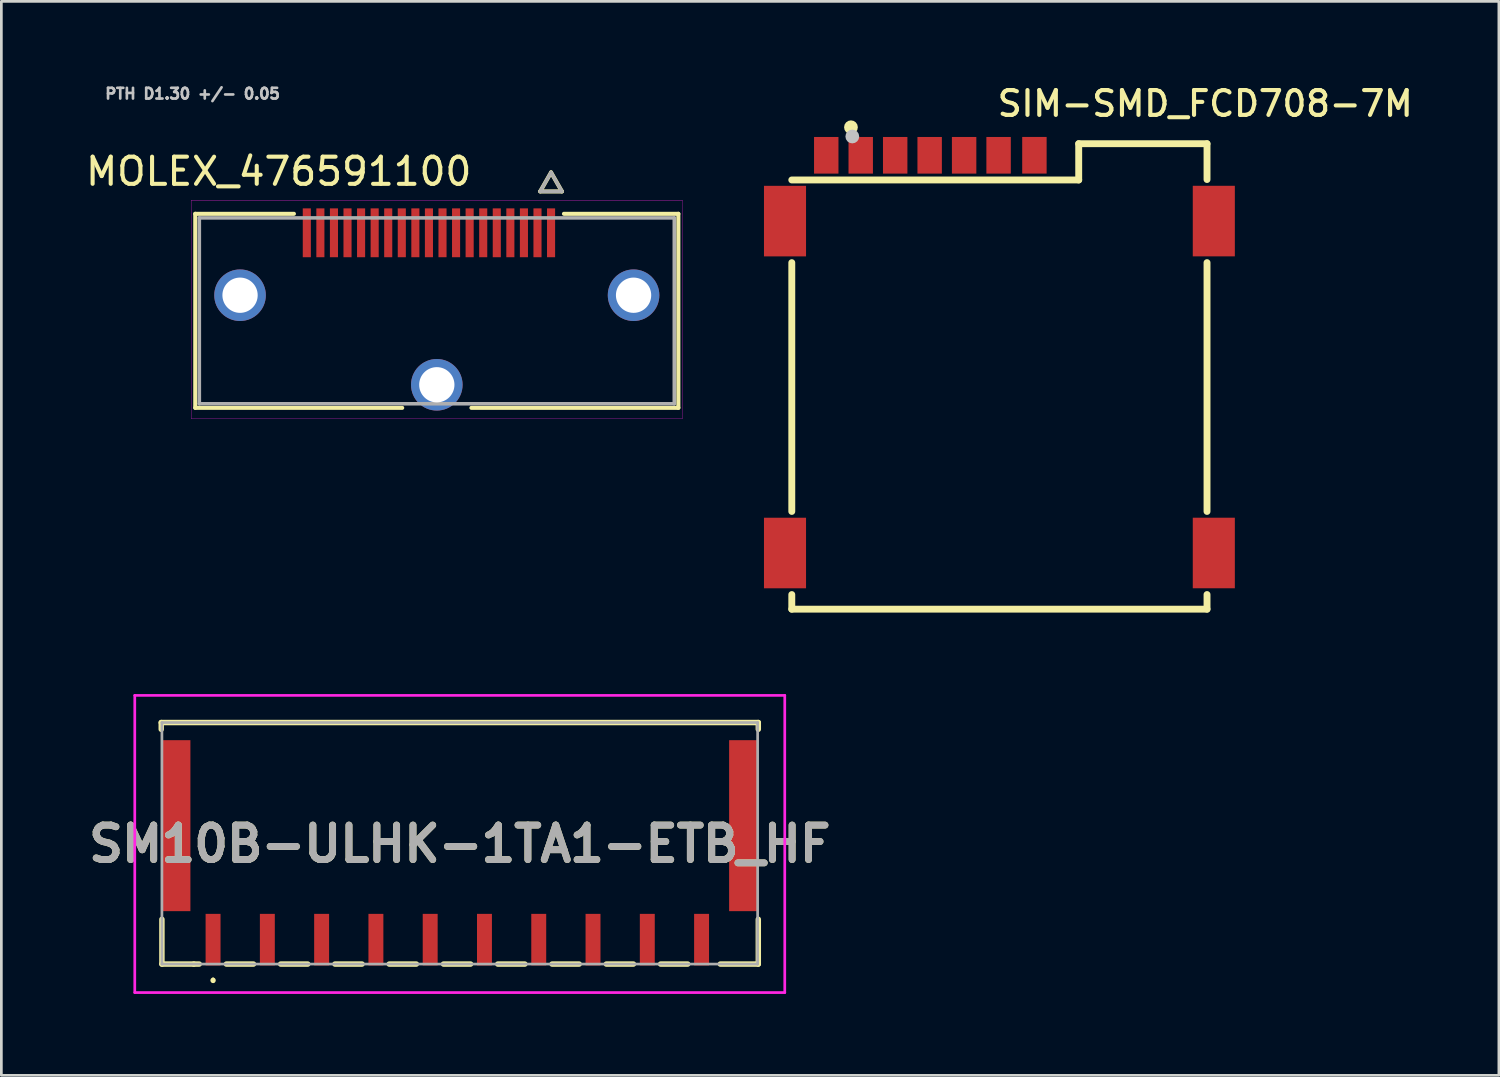
<source format=kicad_pcb>
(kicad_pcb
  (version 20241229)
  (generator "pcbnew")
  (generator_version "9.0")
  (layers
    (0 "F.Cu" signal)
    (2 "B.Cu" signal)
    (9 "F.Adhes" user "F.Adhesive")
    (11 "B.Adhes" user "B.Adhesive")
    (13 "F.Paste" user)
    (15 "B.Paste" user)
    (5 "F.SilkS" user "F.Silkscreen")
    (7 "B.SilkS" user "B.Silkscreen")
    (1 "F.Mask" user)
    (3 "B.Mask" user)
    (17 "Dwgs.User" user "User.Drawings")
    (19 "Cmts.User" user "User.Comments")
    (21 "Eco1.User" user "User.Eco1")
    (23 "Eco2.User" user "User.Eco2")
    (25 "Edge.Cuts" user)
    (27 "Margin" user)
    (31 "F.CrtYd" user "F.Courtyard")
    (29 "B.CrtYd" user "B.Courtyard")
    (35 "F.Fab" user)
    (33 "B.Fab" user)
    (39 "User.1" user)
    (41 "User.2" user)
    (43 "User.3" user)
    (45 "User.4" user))
  (footprint "SIM-SMD_FCD708-7M"
    (layer "F.Cu")
    (at 33.775 9.999)
    (property "Reference" "SIM-SMD_FCD708-7M" (at -0.154 -9.766 0) (layer "F.SilkS") (effects (font (size 0.914 0.914) (thickness 0.152)) (justify left top)))
    (fp_line (start -7.65 5.796) (end -7.65 -3.371) (stroke (width 0.254) (type default)) (layer "F.SilkS"))
    (fp_line (start -7.65 9.397) (end -7.65 8.859) (stroke (width 0.254) (type default)) (layer "F.SilkS"))
    (fp_line (start -7.65 9.397) (end 7.65 9.397) (stroke (width 0.254) (type default)) (layer "F.SilkS"))
    (fp_line (start 2.922 -7.754) (end 2.922 -6.418) (stroke (width 0.254) (type default)) (layer "F.SilkS"))
    (fp_line (start 2.922 -6.418) (end -7.65 -6.418) (stroke (width 0.254) (type default)) (layer "F.SilkS"))
    (fp_line (start 7.649 -7.754) (end 2.922 -7.754) (stroke (width 0.254) (type default)) (layer "F.SilkS"))
    (fp_line (start 7.65 -6.434) (end 7.65 -7.753) (stroke (width 0.254) (type default)) (layer "F.SilkS"))
    (fp_line (start 7.65 5.796) (end 7.65 -3.372) (stroke (width 0.254) (type default)) (layer "F.SilkS"))
    (fp_line (start 7.65 9.397) (end 7.65 8.858) (stroke (width 0.254) (type default)) (layer "F.SilkS"))
    (fp_circle (center -5.47 -8.36) (end -5.343 -8.36) (stroke (width 0.254) (type default)) (fill no) (layer "F.SilkS"))
    (fp_circle (center -5.42 -8.02) (end -5.293 -8.02) (stroke (width 0.254) (type default)) (fill no) (layer "Dwgs.User"))
    (fp_circle (center -8.25 -7.85) (end -8.22 -7.85) (stroke (width 0.06) (type default)) (fill no) (layer "User.5"))
    (pad "8" smd rect (at -7.9 -4.902) (size 1.55 2.6) (layers "F.Cu" "F.Mask" "F.Paste"))
    (pad "8" smd rect (at -7.9 7.328) (size 1.55 2.6) (layers "F.Cu" "F.Mask" "F.Paste"))
    (pad "8" smd rect (at 7.9 -4.903) (size 1.55 2.6) (layers "F.Cu" "F.Mask" "F.Paste"))
    (pad "8" smd rect (at 7.9 7.327) (size 1.55 2.6) (layers "F.Cu" "F.Mask" "F.Paste"))
    (pad "C1" smd rect (at -5.11 -7.327) (size 0.9 1.35) (layers "F.Cu" "F.Mask" "F.Paste"))
    (pad "C2" smd rect (at -2.57 -7.327) (size 0.9 1.35) (layers "F.Cu" "F.Mask" "F.Paste"))
    (pad "C3" smd rect (at -0.03 -7.327) (size 0.9 1.35) (layers "F.Cu" "F.Mask" "F.Paste"))
    (pad "C5" smd rect (at -6.38 -7.327) (size 0.9 1.35) (layers "F.Cu" "F.Mask" "F.Paste"))
    (pad "C6" smd rect (at -3.84 -7.327) (size 0.9 1.35) (layers "F.Cu" "F.Mask" "F.Paste"))
    (pad "C7" smd rect (at -1.3 -7.327) (size 0.9 1.35) (layers "F.Cu" "F.Mask" "F.Paste"))
    (pad "CD" smd rect (at 1.29 -7.328) (size 0.9 1.35) (layers "F.Cu" "F.Mask" "F.Paste"))
    (zone (net_name "") (layer "F.CrtYd") (hatch edge 0.5) (connect_pads) (min_thickness 0) (filled_areas_thickness no) (keepout (tracks allowed) (vias allowed) (pads allowed) (copperpour not_allowed) (footprints allowed)) (placement (enabled no)) (fill) (polygon (pts (xy 27.165 3.859) (xy 27.165 3.059) (xy 27.615 3.059) (xy 27.615 3.859))))
    (zone (net_name "") (layer "F.CrtYd") (hatch edge 0.5) (connect_pads) (min_thickness 0) (filled_areas_thickness no) (keepout (tracks allowed) (vias allowed) (pads allowed) (copperpour not_allowed) (footprints allowed)) (placement (enabled no)) (fill) (polygon (pts (xy 28.435 3.859) (xy 28.435 3.059) (xy 28.885 3.059) (xy 28.885 3.859))))
    (zone (net_name "") (layer "F.CrtYd") (hatch edge 0.5) (connect_pads) (min_thickness 0) (filled_areas_thickness no) (keepout (tracks allowed) (vias allowed) (pads allowed) (copperpour not_allowed) (footprints allowed)) (placement (enabled no)) (fill) (polygon (pts (xy 29.705 3.859) (xy 29.705 3.059) (xy 30.155 3.059) (xy 30.155 3.859))))
    (zone (net_name "") (layer "F.CrtYd") (hatch edge 0.5) (connect_pads) (min_thickness 0) (filled_areas_thickness no) (keepout (tracks allowed) (vias allowed) (pads allowed) (copperpour not_allowed) (footprints allowed)) (placement (enabled no)) (fill) (polygon (pts (xy 30.975 3.859) (xy 30.975 3.059) (xy 31.425 3.059) (xy 31.425 3.859))))
    (zone (net_name "") (layer "F.CrtYd") (hatch edge 0.5) (connect_pads) (min_thickness 0) (filled_areas_thickness no) (keepout (tracks allowed) (vias allowed) (pads allowed) (copperpour not_allowed) (footprints allowed)) (placement (enabled no)) (fill) (polygon (pts (xy 32.245 3.859) (xy 32.245 3.059) (xy 32.695 3.059) (xy 32.695 3.859))))
    (zone (net_name "") (layer "F.CrtYd") (hatch edge 0.5) (connect_pads) (min_thickness 0) (filled_areas_thickness no) (keepout (tracks allowed) (vias allowed) (pads allowed) (copperpour not_allowed) (footprints allowed)) (placement (enabled no)) (fill) (polygon (pts (xy 33.515 3.859) (xy 33.515 3.059) (xy 33.965 3.059) (xy 33.965 3.859))))
    (zone (net_name "") (layer "F.CrtYd") (hatch edge 0.5) (connect_pads) (min_thickness 0) (filled_areas_thickness no) (keepout (tracks allowed) (vias allowed) (pads allowed) (copperpour not_allowed) (footprints allowed)) (placement (enabled no)) (fill) (polygon (pts (xy 34.785 3.989) (xy 34.785 3.089) (xy 35.335 3.089) (xy 35.335 3.989))))
    (zone (net_name "") (layer "F.CrtYd") (hatch edge 0.5) (priority 100) (connect_pads yes) (min_thickness 0) (filled_areas_thickness no) (fill) (polygon (pts (xy 41.435 19.359) (xy 41.435 2.149) (xy 38.275 2.149) (xy 38.275 3.749) (xy 26.125 3.749) (xy 26.125 19.349)))))
  (footprint "SM10B-ULHK-1TA1-ETB_HF"
    (layer "F.Cu")
    (at 13.891 28.023)
    (property "Reference" "SM10B-ULHK-1TA1-ETB_HF" (at 0 0.025 0) (layer "F.SilkS") (effects (font (size 1.27 1.27) (thickness 0.254))))
    (attr smd)
    (fp_line (start -11 -4.45) (end 11 -4.45) (stroke (width 0.2) (type solid)) (layer "F.SilkS"))
    (fp_line (start -11 -4.2) (end -11 -4.45) (stroke (width 0.2) (type solid)) (layer "F.SilkS"))
    (fp_line (start -10.975 2.8) (end -10.975 4.45) (stroke (width 0.2) (type solid)) (layer "F.SilkS"))
    (fp_line (start -10.975 4.45) (end -9.8 4.45) (stroke (width 0.2) (type solid)) (layer "F.SilkS"))
    (fp_line (start -9.8 4.45) (end -9.6 4.45) (stroke (width 0.2) (type solid)) (layer "F.SilkS"))
    (fp_line (start -9.09 5) (end -9.09 5) (stroke (width 0.1) (type solid)) (layer "F.SilkS"))
    (fp_line (start -9.09 5.1) (end -9.09 5.1) (stroke (width 0.1) (type solid)) (layer "F.SilkS"))
    (fp_line (start -8.6 4.45) (end -7.6 4.45) (stroke (width 0.2) (type solid)) (layer "F.SilkS"))
    (fp_line (start -6.6 4.45) (end -5.6 4.45) (stroke (width 0.2) (type solid)) (layer "F.SilkS"))
    (fp_line (start -4.6 4.45) (end -3.6 4.45) (stroke (width 0.2) (type solid)) (layer "F.SilkS"))
    (fp_line (start -2.6 4.45) (end -1.6 4.45) (stroke (width 0.2) (type solid)) (layer "F.SilkS"))
    (fp_line (start -0.6 4.45) (end 0.4 4.45) (stroke (width 0.2) (type solid)) (layer "F.SilkS"))
    (fp_line (start 1.4 4.45) (end 2.4 4.45) (stroke (width 0.2) (type solid)) (layer "F.SilkS"))
    (fp_line (start 3.4 4.45) (end 4.4 4.45) (stroke (width 0.2) (type solid)) (layer "F.SilkS"))
    (fp_line (start 5.4 4.45) (end 6.4 4.45) (stroke (width 0.2) (type solid)) (layer "F.SilkS"))
    (fp_line (start 7.4 4.45) (end 8.4 4.45) (stroke (width 0.2) (type solid)) (layer "F.SilkS"))
    (fp_line (start 9.6 4.45) (end 11 4.45) (stroke (width 0.2) (type solid)) (layer "F.SilkS"))
    (fp_line (start 11 -4.45) (end 11 -4.2) (stroke (width 0.2) (type solid)) (layer "F.SilkS"))
    (fp_line (start 11 4.45) (end 11 2.8) (stroke (width 0.2) (type solid)) (layer "F.SilkS"))
    (fp_arc (start -9.09 5) (mid -9.04 5.05) (end -9.09 5.1) (stroke (width 0.1) (type solid)) (layer "F.SilkS"))
    (fp_arc (start -9.09 5.1) (mid -9.14 5.05) (end -9.09 5) (stroke (width 0.1) (type solid)) (layer "F.SilkS"))
    (fp_line (start -11.975 -5.45) (end 11.975 -5.45) (stroke (width 0.1) (type solid)) (layer "F.CrtYd"))
    (fp_line (start -11.975 5.5) (end -11.975 -5.45) (stroke (width 0.1) (type solid)) (layer "F.CrtYd"))
    (fp_line (start 11.975 -5.45) (end 11.975 5.5) (stroke (width 0.1) (type solid)) (layer "F.CrtYd"))
    (fp_line (start 11.975 5.5) (end -11.975 5.5) (stroke (width 0.1) (type solid)) (layer "F.CrtYd"))
    (fp_line (start -10.975 -4.45) (end -10.975 4.45) (stroke (width 0.1) (type solid)) (layer "F.Fab"))
    (fp_line (start -10.975 4.45) (end 10.975 4.45) (stroke (width 0.1) (type solid)) (layer "F.Fab"))
    (fp_line (start 10.975 -4.45) (end -10.975 -4.45) (stroke (width 0.1) (type solid)) (layer "F.Fab"))
    (fp_line (start 10.975 4.45) (end 10.975 -4.45) (stroke (width 0.1) (type solid)) (layer "F.Fab"))
    (fp_text user "${REFERENCE}" (at 0 0.025 0) (layer "F.Fab") (effects (font (size 1.27 1.27) (thickness 0.254))))
    (pad "1" smd rect (at -9.09 3.55) (size 0.55 1.9) (layers "F.Cu" "F.Mask" "F.Paste"))
    (pad "2" smd rect (at -7.09 3.55) (size 0.55 1.9) (layers "F.Cu" "F.Mask" "F.Paste"))
    (pad "3" smd rect (at -5.09 3.55) (size 0.55 1.9) (layers "F.Cu" "F.Mask" "F.Paste"))
    (pad "4" smd rect (at -3.09 3.55) (size 0.55 1.9) (layers "F.Cu" "F.Mask" "F.Paste"))
    (pad "5" smd rect (at -1.09 3.55) (size 0.55 1.9) (layers "F.Cu" "F.Mask" "F.Paste"))
    (pad "6" smd rect (at 0.91 3.55) (size 0.55 1.9) (layers "F.Cu" "F.Mask" "F.Paste"))
    (pad "7" smd rect (at 2.91 3.55) (size 0.55 1.9) (layers "F.Cu" "F.Mask" "F.Paste"))
    (pad "8" smd rect (at 4.91 3.55) (size 0.55 1.9) (layers "F.Cu" "F.Mask" "F.Paste"))
    (pad "9" smd rect (at 6.91 3.55) (size 0.55 1.9) (layers "F.Cu" "F.Mask" "F.Paste"))
    (pad "10" smd rect (at 8.91 3.55) (size 0.55 1.9) (layers "F.Cu" "F.Mask" "F.Paste"))
    (pad "11" smd rect (at -10.45 -0.65) (size 1.05 6.3) (layers "F.Cu" "F.Mask" "F.Paste"))
    (pad "12" smd rect (at 10.45 -0.65) (size 1.05 6.3) (layers "F.Cu" "F.Mask" "F.Paste")))
  (footprint "MOLEX_476591100"
    (layer "F.Cu")
    (at 13.045 8.403)
    (property "Reference" "MOLEX_476591100" (at -5.825 -5.135 0) (layer "F.SilkS") (effects (font (size 1 1) (thickness 0.15))))
    (attr smd)
    (fp_circle (center -7.25 -0.575) (end -6.743 -0.575) (stroke (width 1.014) (type solid)) (fill no) (layer "F.Mask"))
    (fp_circle (center 0 2.725) (end 0.507 2.725) (stroke (width 1.014) (type solid)) (fill no) (layer "F.Mask"))
    (fp_circle (center 7.25 -0.575) (end 7.757 -0.575) (stroke (width 1.014) (type solid)) (fill no) (layer "F.Mask"))
    (fp_poly (pts (xy -5.003 -3.838) (xy -4.577 -3.838) (xy -4.577 -1.911) (xy -5.003 -1.911)) (stroke (width 0.01) (type solid)) (fill yes) (layer "F.Mask"))
    (fp_poly (pts (xy -4.503 -3.838) (xy -4.077 -3.838) (xy -4.077 -1.911) (xy -4.503 -1.911)) (stroke (width 0.01) (type solid)) (fill yes) (layer "F.Mask"))
    (fp_poly (pts (xy -4.003 -3.838) (xy -3.578 -3.838) (xy -3.578 -1.911) (xy -4.003 -1.911)) (stroke (width 0.01) (type solid)) (fill yes) (layer "F.Mask"))
    (fp_poly (pts (xy -3.502 -3.838) (xy -3.078 -3.838) (xy -3.078 -1.911) (xy -3.502 -1.911)) (stroke (width 0.01) (type solid)) (fill yes) (layer "F.Mask"))
    (fp_poly (pts (xy -3.002 -3.838) (xy -2.578 -3.838) (xy -2.578 -1.911) (xy -3.002 -1.911)) (stroke (width 0.01) (type solid)) (fill yes) (layer "F.Mask"))
    (fp_poly (pts (xy -2.502 -3.838) (xy -2.078 -3.838) (xy -2.078 -1.911) (xy -2.502 -1.911)) (stroke (width 0.01) (type solid)) (fill yes) (layer "F.Mask"))
    (fp_poly (pts (xy -2.002 -3.838) (xy -1.577 -3.838) (xy -1.577 -1.911) (xy -2.002 -1.911)) (stroke (width 0.01) (type solid)) (fill yes) (layer "F.Mask"))
    (fp_poly (pts (xy -1.502 -3.838) (xy -1.077 -3.838) (xy -1.077 -1.911) (xy -1.502 -1.911)) (stroke (width 0.01) (type solid)) (fill yes) (layer "F.Mask"))
    (fp_poly (pts (xy -1.002 -3.838) (xy -0.578 -3.838) (xy -0.578 -1.911) (xy -1.002 -1.911)) (stroke (width 0.01) (type solid)) (fill yes) (layer "F.Mask"))
    (fp_poly (pts (xy -0.502 -3.838) (xy -0.077 -3.838) (xy -0.077 -1.911) (xy -0.502 -1.911)) (stroke (width 0.01) (type solid)) (fill yes) (layer "F.Mask"))
    (fp_poly (pts (xy -0.003 -3.838) (xy 0.422 -3.838) (xy 0.422 -1.911) (xy -0.003 -1.911)) (stroke (width 0.01) (type solid)) (fill yes) (layer "F.Mask"))
    (fp_poly (pts (xy 0.497 -3.838) (xy 0.922 -3.838) (xy 0.922 -1.911) (xy 0.497 -1.911)) (stroke (width 0.01) (type solid)) (fill yes) (layer "F.Mask"))
    (fp_poly (pts (xy 0.998 -3.838) (xy 1.423 -3.838) (xy 1.423 -1.911) (xy 0.998 -1.911)) (stroke (width 0.01) (type solid)) (fill yes) (layer "F.Mask"))
    (fp_poly (pts (xy 1.498 -3.838) (xy 1.923 -3.838) (xy 1.923 -1.911) (xy 1.498 -1.911)) (stroke (width 0.01) (type solid)) (fill yes) (layer "F.Mask"))
    (fp_poly (pts (xy 1.998 -3.838) (xy 2.422 -3.838) (xy 2.422 -1.911) (xy 1.998 -1.911)) (stroke (width 0.01) (type solid)) (fill yes) (layer "F.Mask"))
    (fp_poly (pts (xy 2.498 -3.838) (xy 2.922 -3.838) (xy 2.922 -1.911) (xy 2.498 -1.911)) (stroke (width 0.01) (type solid)) (fill yes) (layer "F.Mask"))
    (fp_poly (pts (xy 2.998 -3.838) (xy 3.422 -3.838) (xy 3.422 -1.911) (xy 2.998 -1.911)) (stroke (width 0.01) (type solid)) (fill yes) (layer "F.Mask"))
    (fp_poly (pts (xy 3.498 -3.838) (xy 3.922 -3.838) (xy 3.922 -1.911) (xy 3.498 -1.911)) (stroke (width 0.01) (type solid)) (fill yes) (layer "F.Mask"))
    (fp_poly (pts (xy 3.998 -3.838) (xy 4.423 -3.838) (xy 4.423 -1.911) (xy 3.998 -1.911)) (stroke (width 0.01) (type solid)) (fill yes) (layer "F.Mask"))
    (fp_circle (center -7.25 -0.575) (end -6.743 -0.575) (stroke (width 1.014) (type solid)) (fill no) (layer "B.Mask"))
    (fp_circle (center 0 2.725) (end 0.507 2.725) (stroke (width 1.014) (type solid)) (fill no) (layer "B.Mask"))
    (fp_circle (center 7.25 -0.575) (end 7.757 -0.575) (stroke (width 1.014) (type solid)) (fill no) (layer "B.Mask"))
    (fp_line (start -8.9 -3.575) (end -8.9 3.575) (stroke (width 0.15) (type solid)) (layer "F.SilkS"))
    (fp_line (start -8.9 3.575) (end -1.275 3.575) (stroke (width 0.15) (type solid)) (layer "F.SilkS"))
    (fp_line (start -5.265 -3.575) (end -8.9 -3.575) (stroke (width 0.15) (type solid)) (layer "F.SilkS"))
    (fp_line (start 1.275 3.575) (end 8.9 3.575) (stroke (width 0.15) (type solid)) (layer "F.SilkS"))
    (fp_line (start 3.81 -4.4) (end 4.61 -4.4) (stroke (width 0.15) (type solid)) (layer "F.SilkS"))
    (fp_line (start 4.21 -5.1) (end 3.81 -4.4) (stroke (width 0.15) (type solid)) (layer "F.SilkS"))
    (fp_line (start 4.61 -4.4) (end 4.21 -5.1) (stroke (width 0.15) (type solid)) (layer "F.SilkS"))
    (fp_line (start 8.9 -3.575) (end 4.685 -3.575) (stroke (width 0.15) (type solid)) (layer "F.SilkS"))
    (fp_line (start 8.9 3.575) (end 8.9 -3.575) (stroke (width 0.15) (type solid)) (layer "F.SilkS"))
    (fp_line (start -9.05 -4.075) (end -9.05 3.975) (stroke (width 0.01) (type solid)) (layer "F.CrtYd"))
    (fp_line (start -9.05 3.975) (end 9.05 3.975) (stroke (width 0.01) (type solid)) (layer "F.CrtYd"))
    (fp_line (start 9.05 -4.075) (end -9.05 -4.075) (stroke (width 0.01) (type solid)) (layer "F.CrtYd"))
    (fp_line (start 9.05 3.975) (end 9.05 -4.075) (stroke (width 0.01) (type solid)) (layer "F.CrtYd"))
    (fp_line (start -8.75 -3.425) (end -8.75 3.425) (stroke (width 0.13) (type solid)) (layer "F.Fab"))
    (fp_line (start -8.75 3.425) (end 8.75 3.425) (stroke (width 0.13) (type solid)) (layer "F.Fab"))
    (fp_line (start 3.81 -4.4) (end 4.61 -4.4) (stroke (width 0.13) (type solid)) (layer "F.Fab"))
    (fp_line (start 4.21 -5.1) (end 3.81 -4.4) (stroke (width 0.13) (type solid)) (layer "F.Fab"))
    (fp_line (start 4.61 -4.4) (end 4.21 -5.1) (stroke (width 0.13) (type solid)) (layer "F.Fab"))
    (fp_line (start 8.75 -3.425) (end -8.75 -3.425) (stroke (width 0.13) (type solid)) (layer "F.Fab"))
    (fp_line (start 8.75 3.425) (end 8.75 -3.425) (stroke (width 0.13) (type solid)) (layer "F.Fab"))
    (fp_text user "PTH D1.30 +/- 0.05" (at -9 -8 0) (layer "Dwgs.User") (effects (font (size 0.394 0.394) (thickness 0.15))))
    (pad "1" smd rect (at 4.21 -2.875) (size 0.298 1.8) (layers "F.Cu" "F.Paste"))
    (pad "2" smd rect (at 3.71 -2.875) (size 0.298 1.8) (layers "F.Cu" "F.Paste"))
    (pad "3" smd rect (at 3.21 -2.875) (size 0.298 1.8) (layers "F.Cu" "F.Paste"))
    (pad "4" smd rect (at 2.71 -2.875) (size 0.298 1.8) (layers "F.Cu" "F.Paste"))
    (pad "5" smd rect (at 2.21 -2.875) (size 0.298 1.8) (layers "F.Cu" "F.Paste"))
    (pad "6" smd rect (at 1.71 -2.875) (size 0.298 1.8) (layers "F.Cu" "F.Paste"))
    (pad "7" smd rect (at 1.21 -2.875) (size 0.298 1.8) (layers "F.Cu" "F.Paste"))
    (pad "8" smd rect (at 0.71 -2.875) (size 0.298 1.8) (layers "F.Cu" "F.Paste"))
    (pad "9" smd rect (at 0.21 -2.875) (size 0.298 1.8) (layers "F.Cu" "F.Paste"))
    (pad "10" smd rect (at -0.29 -2.875) (size 0.298 1.8) (layers "F.Cu" "F.Paste"))
    (pad "11" smd rect (at -0.79 -2.875) (size 0.298 1.8) (layers "F.Cu" "F.Paste"))
    (pad "12" smd rect (at -1.29 -2.875) (size 0.298 1.8) (layers "F.Cu" "F.Paste"))
    (pad "13" smd rect (at -1.79 -2.875) (size 0.298 1.8) (layers "F.Cu" "F.Paste"))
    (pad "14" smd rect (at -2.29 -2.875) (size 0.298 1.8) (layers "F.Cu" "F.Paste"))
    (pad "15" smd rect (at -2.79 -2.875) (size 0.298 1.8) (layers "F.Cu" "F.Paste"))
    (pad "16" smd rect (at -3.29 -2.875) (size 0.298 1.8) (layers "F.Cu" "F.Paste"))
    (pad "17" smd rect (at -3.79 -2.875) (size 0.298 1.8) (layers "F.Cu" "F.Paste"))
    (pad "18" smd rect (at -4.29 -2.875) (size 0.298 1.8) (layers "F.Cu" "F.Paste"))
    (pad "19" smd rect (at -4.79 -2.875) (size 0.298 1.8) (layers "F.Cu" "F.Paste"))
    (pad "SH1" thru_hole circle (at -7.25 -0.575) (size 1.9 1.9) (drill 1.3) (layers "*.Cu"))
    (pad "SH2" thru_hole circle (at 0 2.725) (size 1.9 1.9) (drill 1.3) (layers "*.Cu"))
    (pad "SH3" thru_hole circle (at 7.25 -0.575) (size 1.9 1.9) (drill 1.3) (layers "*.Cu")))
  (gr_rect
    (start -3 -3)
    (end 52.179 36.573)
    (stroke (width 0.1) (type default))
    (fill no)
    (layer "Edge.Cuts")))
</source>
